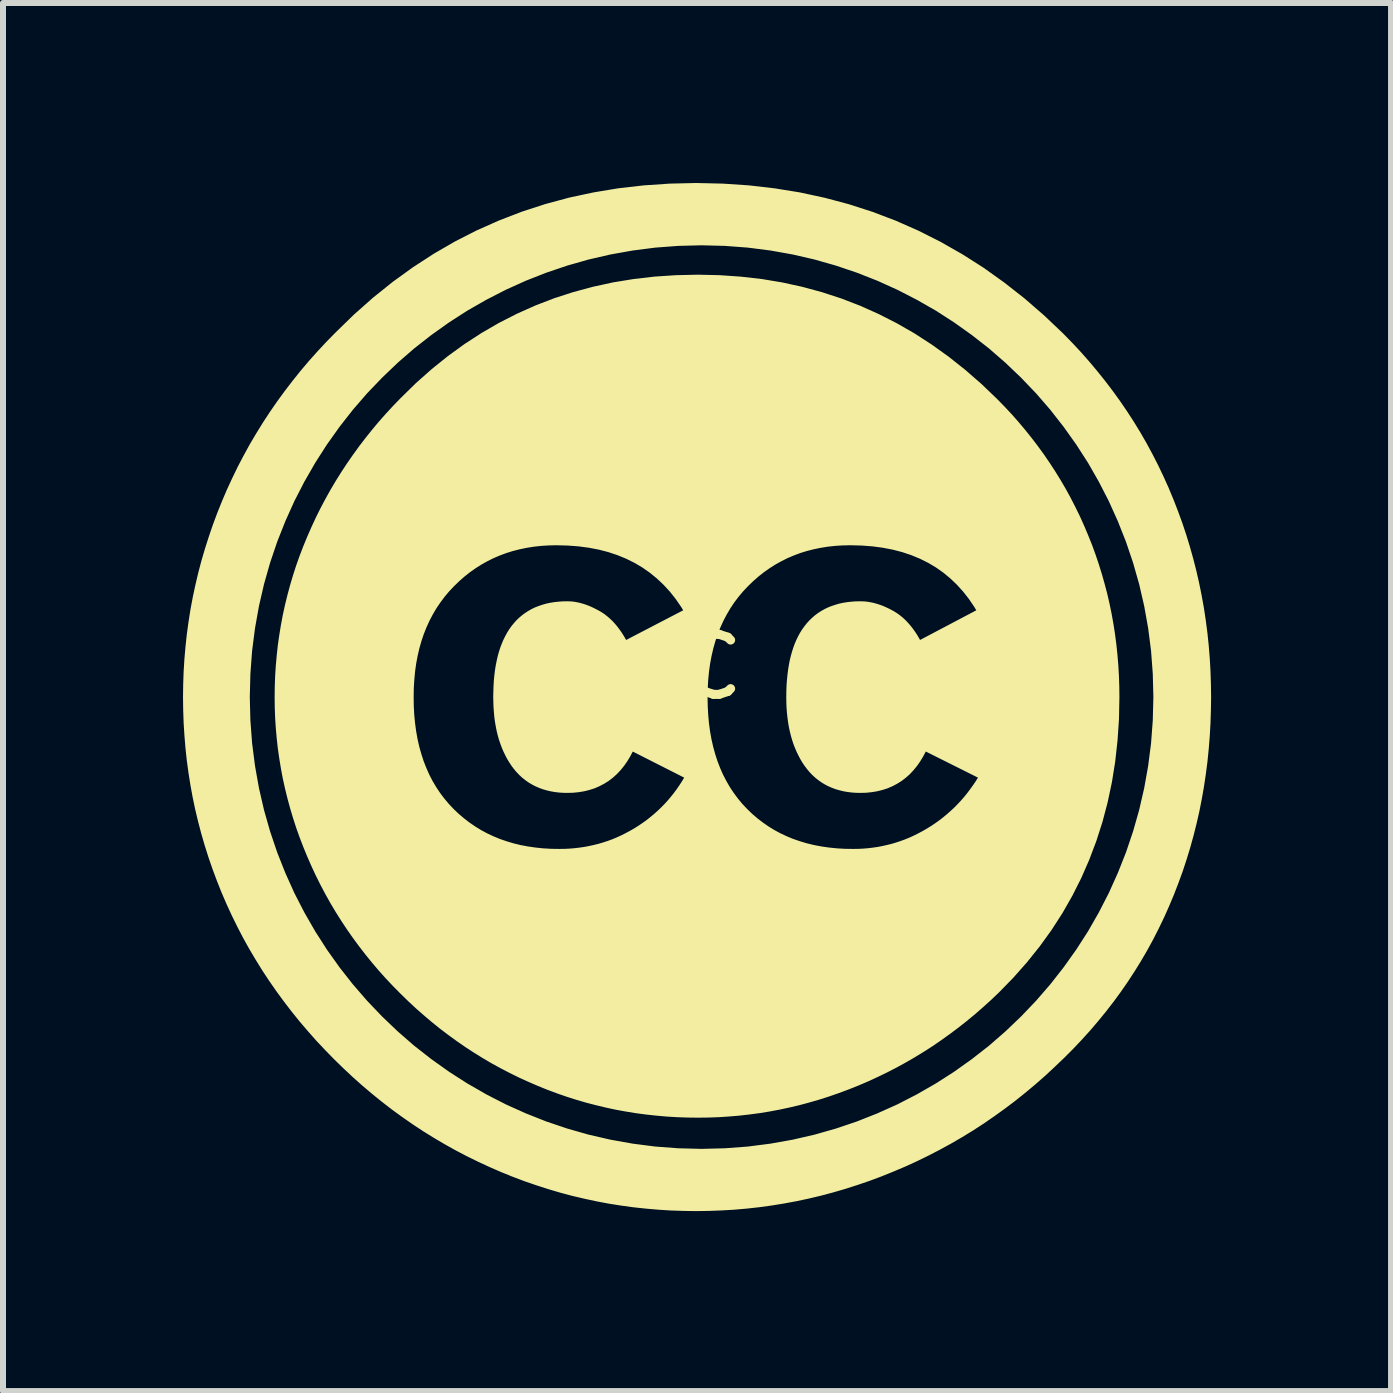
<source format=kicad_pcb>
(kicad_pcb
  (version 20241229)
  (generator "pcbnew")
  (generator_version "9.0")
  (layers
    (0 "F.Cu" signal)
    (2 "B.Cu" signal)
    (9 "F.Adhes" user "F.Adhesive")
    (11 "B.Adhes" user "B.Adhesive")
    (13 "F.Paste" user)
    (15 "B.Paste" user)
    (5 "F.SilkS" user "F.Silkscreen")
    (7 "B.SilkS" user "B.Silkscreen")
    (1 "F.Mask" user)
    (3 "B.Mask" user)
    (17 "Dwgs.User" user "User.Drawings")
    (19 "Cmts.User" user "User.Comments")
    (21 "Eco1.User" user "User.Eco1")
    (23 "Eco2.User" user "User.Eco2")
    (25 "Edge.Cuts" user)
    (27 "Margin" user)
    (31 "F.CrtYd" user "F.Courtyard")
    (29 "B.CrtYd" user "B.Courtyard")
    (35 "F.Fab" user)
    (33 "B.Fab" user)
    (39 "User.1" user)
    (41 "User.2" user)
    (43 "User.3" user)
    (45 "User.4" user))
  (footprint "CC"
    (layer "F.Cu")
    (at 8.317 8.567)
    (property "Reference" "CC" (at 0 -0.5 0) (unlocked yes) (layer "F.SilkS") (effects (font (size 1 1) (thickness 0.15))))
    (attr smd)
    (fp_poly (pts (xy 0.674 -8.457) (xy 1.106 -8.428) (xy 1.53 -8.379) (xy 1.945 -8.312) (xy 2.352 -8.224) (xy 2.75 -8.118) (xy 3.141 -7.992) (xy 3.523 -7.847) (xy 3.897 -7.682) (xy 4.262 -7.498) (xy 4.62 -7.294) (xy 4.969 -7.072) (xy 5.309 -6.829) (xy 5.642 -6.568) (xy 5.966 -6.287) (xy 6.282 -5.987) (xy 6.429 -5.836) (xy 6.572 -5.683) (xy 6.71 -5.527) (xy 6.843 -5.368) (xy 6.972 -5.207) (xy 7.097 -5.043) (xy 7.217 -4.877) (xy 7.333 -4.707) (xy 7.444 -4.536) (xy 7.551 -4.361) (xy 7.653 -4.184) (xy 7.75 -4.004) (xy 7.844 -3.821) (xy 7.932 -3.636) (xy 8.017 -3.448) (xy 8.096 -3.258) (xy 8.171 -3.065) (xy 8.242 -2.871) (xy 8.307 -2.676) (xy 8.367 -2.479) (xy 8.423 -2.28) (xy 8.474 -2.08) (xy 8.52 -1.879) (xy 8.561 -1.676) (xy 8.598 -1.472) (xy 8.629 -1.266) (xy 8.656 -1.059) (xy 8.678 -0.85) (xy 8.695 -0.64) (xy 8.707 -0.428) (xy 8.714 -0.215) (xy 8.717 0.000133) (xy 8.714 0.217) (xy 8.707 0.431) (xy 8.695 0.644) (xy 8.678 0.856) (xy 8.657 1.065) (xy 8.63 1.273) (xy 8.599 1.48) (xy 8.563 1.684) (xy 8.523 1.887) (xy 8.477 2.088) (xy 8.427 2.287) (xy 8.372 2.485) (xy 8.312 2.681) (xy 8.248 2.875) (xy 8.178 3.067) (xy 8.104 3.258) (xy 8.025 3.446) (xy 7.942 3.632) (xy 7.854 3.815) (xy 7.762 3.995) (xy 7.665 4.173) (xy 7.563 4.348) (xy 7.457 4.519) (xy 7.346 4.689) (xy 7.231 4.855) (xy 7.111 5.019) (xy 6.987 5.179) (xy 6.858 5.337) (xy 6.725 5.493) (xy 6.587 5.645) (xy 6.445 5.795) (xy 6.298 5.942) (xy 6.141 6.092) (xy 5.983 6.239) (xy 5.821 6.381) (xy 5.657 6.518) (xy 5.491 6.651) (xy 5.321 6.779) (xy 5.149 6.903) (xy 4.975 7.023) (xy 4.798 7.138) (xy 4.618 7.248) (xy 4.436 7.354) (xy 4.251 7.455) (xy 4.064 7.552) (xy 3.873 7.645) (xy 3.681 7.733) (xy 3.485 7.816) (xy 3.289 7.895) (xy 3.091 7.969) (xy 2.892 8.037) (xy 2.693 8.101) (xy 2.493 8.159) (xy 2.291 8.213) (xy 2.089 8.261) (xy 1.887 8.304) (xy 1.683 8.342) (xy 1.479 8.375) (xy 1.274 8.403) (xy 1.067 8.426) (xy 0.861 8.444) (xy 0.653 8.456) (xy 0.444 8.464) (xy 0.235 8.467) (xy 0.026 8.464) (xy -0.182 8.457) (xy -0.389 8.444) (xy -0.595 8.426) (xy -0.8 8.404) (xy -1.003 8.376) (xy -1.206 8.344) (xy -1.407 8.306) (xy -1.607 8.263) (xy -1.807 8.216) (xy -2.005 8.163) (xy -2.201 8.105) (xy -2.397 8.042) (xy -2.592 7.975) (xy -2.785 7.902) (xy -2.978 7.824) (xy -3.168 7.741) (xy -3.356 7.654) (xy -3.542 7.563) (xy -3.725 7.467) (xy -3.906 7.366) (xy -4.084 7.261) (xy -4.26 7.152) (xy -4.433 7.038) (xy -4.604 6.919) (xy -4.772 6.797) (xy -4.938 6.669) (xy -5.101 6.537) (xy -5.262 6.401) (xy -5.42 6.26) (xy -5.576 6.114) (xy -5.729 5.965) (xy -5.879 5.811) (xy -6.025 5.656) (xy -6.165 5.497) (xy -6.302 5.337) (xy -6.433 5.174) (xy -6.56 5.008) (xy -6.683 4.84) (xy -6.801 4.67) (xy -6.915 4.497) (xy -7.023 4.322) (xy -7.128 4.145) (xy -7.228 3.965) (xy -7.323 3.782) (xy -7.414 3.597) (xy -7.5 3.41) (xy -7.582 3.22) (xy -7.658 3.029) (xy -7.73 2.836) (xy -7.797 2.642) (xy -7.859 2.446) (xy -7.916 2.25) (xy -7.968 2.052) (xy -8.016 1.852) (xy -8.058 1.652) (xy -8.095 1.45) (xy -8.127 1.247) (xy -8.155 1.042) (xy -8.177 0.836) (xy -8.194 0.629) (xy -8.207 0.421) (xy -8.214 0.211) (xy -8.217 0.000397) (xy -7.304 0.000397) (xy -7.294 0.393) (xy -7.265 0.78) (xy -7.216 1.162) (xy -7.149 1.538) (xy -7.064 1.907) (xy -6.961 2.269) (xy -6.841 2.624) (xy -6.704 2.97) (xy -6.552 3.308) (xy -6.383 3.637) (xy -6.199 3.957) (xy -6.001 4.266) (xy -5.788 4.565) (xy -5.562 4.853) (xy -5.322 5.13) (xy -5.069 5.395) (xy -4.804 5.648) (xy -4.528 5.888) (xy -4.239 6.114) (xy -3.94 6.327) (xy -3.631 6.525) (xy -3.311 6.709) (xy -2.982 6.878) (xy -2.644 7.03) (xy -2.298 7.167) (xy -1.943 7.287) (xy -1.581 7.39) (xy -1.212 7.475) (xy -0.836 7.542) (xy -0.455 7.591) (xy -0.067 7.62) (xy 0.326 7.63) (xy 0.718 7.62) (xy 1.106 7.591) (xy 1.487 7.542) (xy 1.863 7.475) (xy 2.232 7.39) (xy 2.594 7.287) (xy 2.949 7.167) (xy 3.295 7.03) (xy 3.633 6.878) (xy 3.962 6.709) (xy 4.282 6.525) (xy 4.591 6.327) (xy 4.89 6.114) (xy 5.179 5.888) (xy 5.455 5.648) (xy 5.72 5.395) (xy 5.973 5.13) (xy 6.213 4.853) (xy 6.439 4.565) (xy 6.652 4.266) (xy 6.851 3.957) (xy 7.034 3.637) (xy 7.203 3.308) (xy 7.355 2.97) (xy 7.492 2.624) (xy 7.612 2.269) (xy 7.715 1.907) (xy 7.8 1.538) (xy 7.867 1.162) (xy 7.916 0.78) (xy 7.945 0.393) (xy 7.955 0.000397) (xy 7.945 -0.392) (xy 7.916 -0.78) (xy 7.867 -1.162) (xy 7.8 -1.537) (xy 7.715 -1.906) (xy 7.612 -2.268) (xy 7.492 -2.623) (xy 7.355 -2.969) (xy 7.203 -3.307) (xy 7.034 -3.636) (xy 6.851 -3.956) (xy 6.652 -4.265) (xy 6.439 -4.564) (xy 6.213 -4.853) (xy 5.973 -5.13) (xy 5.72 -5.394) (xy 5.455 -5.647) (xy 5.179 -5.887) (xy 4.89 -6.113) (xy 4.591 -6.326) (xy 4.282 -6.525) (xy 3.962 -6.708) (xy 3.633 -6.877) (xy 3.295 -7.03) (xy 2.949 -7.166) (xy 2.594 -7.286) (xy 2.232 -7.389) (xy 1.863 -7.474) (xy 1.487 -7.541) (xy 1.106 -7.59) (xy 0.718 -7.619) (xy 0.326 -7.629) (xy -0.067 -7.619) (xy -0.455 -7.59) (xy -0.836 -7.541) (xy -1.212 -7.474) (xy -1.581 -7.389) (xy -1.943 -7.286) (xy -2.298 -7.166) (xy -2.644 -7.03) (xy -2.982 -6.877) (xy -3.311 -6.708) (xy -3.631 -6.525) (xy -3.94 -6.326) (xy -4.239 -6.113) (xy -4.528 -5.887) (xy -4.804 -5.647) (xy -5.069 -5.394) (xy -5.322 -5.13) (xy -5.562 -4.853) (xy -5.788 -4.564) (xy -6.001 -4.265) (xy -6.199 -3.956) (xy -6.383 -3.636) (xy -6.552 -3.307) (xy -6.704 -2.969) (xy -6.841 -2.623) (xy -6.961 -2.268) (xy -7.064 -1.906) (xy -7.149 -1.537) (xy -7.216 -1.162) (xy -7.265 -0.78) (xy -7.294 -0.392) (xy -7.304 0.000397) (xy -8.217 0.000397) (xy -8.217 0.000133) (xy -8.214 -0.209) (xy -8.207 -0.417) (xy -8.194 -0.625) (xy -8.176 -0.831) (xy -8.154 -1.036) (xy -8.126 -1.24) (xy -8.094 -1.444) (xy -8.056 -1.646) (xy -8.013 -1.847) (xy -7.966 -2.047) (xy -7.913 -2.247) (xy -7.855 -2.445) (xy -7.792 -2.642) (xy -7.725 -2.838) (xy -7.652 -3.034) (xy -7.574 -3.228) (xy -7.492 -3.42) (xy -7.404 -3.61) (xy -7.313 -3.798) (xy -7.216 -3.982) (xy -7.116 -4.165) (xy -7.01 -4.344) (xy -6.9 -4.522) (xy -6.786 -4.696) (xy -6.667 -4.868) (xy -6.543 -5.038) (xy -6.415 -5.205) (xy -6.283 -5.37) (xy -6.146 -5.532) (xy -6.004 -5.691) (xy -5.858 -5.848) (xy -5.707 -6.002) (xy -5.4 -6.301) (xy -5.085 -6.58) (xy -4.761 -6.84) (xy -4.429 -7.08) (xy -4.087 -7.302) (xy -3.738 -7.504) (xy -3.379 -7.687) (xy -3.012 -7.85) (xy -2.636 -7.995) (xy -2.252 -8.12) (xy -1.859 -8.226) (xy -1.458 -8.312) (xy -1.048 -8.38) (xy -0.629 -8.428) (xy -0.201 -8.457) (xy 0.235 -8.467)) (stroke (width 0.2) (type solid)) (fill yes) (layer "F.SilkS"))
    (fp_poly (pts (xy 0.621 -6.931) (xy 0.97 -6.907) (xy 1.313 -6.868) (xy 1.649 -6.812) (xy 1.979 -6.74) (xy 2.303 -6.652) (xy 2.619 -6.549) (xy 2.93 -6.429) (xy 3.234 -6.293) (xy 3.531 -6.142) (xy 3.822 -5.975) (xy 4.106 -5.791) (xy 4.384 -5.592) (xy 4.656 -5.376) (xy 4.921 -5.145) (xy 5.179 -4.898) (xy 5.3 -4.774) (xy 5.418 -4.648) (xy 5.531 -4.52) (xy 5.641 -4.389) (xy 5.747 -4.257) (xy 5.85 -4.122) (xy 5.949 -3.986) (xy 6.044 -3.847) (xy 6.136 -3.706) (xy 6.224 -3.563) (xy 6.309 -3.418) (xy 6.389 -3.271) (xy 6.466 -3.121) (xy 6.54 -2.97) (xy 6.609 -2.816) (xy 6.675 -2.66) (xy 6.738 -2.503) (xy 6.796 -2.344) (xy 6.85 -2.184) (xy 6.9 -2.023) (xy 6.946 -1.861) (xy 6.989 -1.698) (xy 7.027 -1.533) (xy 7.061 -1.368) (xy 7.091 -1.201) (xy 7.117 -1.033) (xy 7.139 -0.863) (xy 7.157 -0.693) (xy 7.171 -0.521) (xy 7.181 -0.349) (xy 7.187 -0.175) (xy 7.189 0.001) (xy 7.182 0.362) (xy 7.158 0.715) (xy 7.12 1.061) (xy 7.066 1.398) (xy 6.996 1.729) (xy 6.911 2.051) (xy 6.81 2.366) (xy 6.694 2.673) (xy 6.563 2.973) (xy 6.416 3.265) (xy 6.254 3.549) (xy 6.076 3.825) (xy 5.882 4.094) (xy 5.673 4.355) (xy 5.449 4.608) (xy 5.209 4.854) (xy 5.08 4.977) (xy 4.948 5.096) (xy 4.815 5.212) (xy 4.679 5.324) (xy 4.542 5.432) (xy 4.403 5.536) (xy 4.262 5.637) (xy 4.119 5.735) (xy 3.974 5.828) (xy 3.827 5.918) (xy 3.678 6.004) (xy 3.527 6.087) (xy 3.374 6.166) (xy 3.219 6.241) (xy 3.063 6.313) (xy 2.904 6.381) (xy 2.744 6.445) (xy 2.583 6.505) (xy 2.421 6.561) (xy 2.259 6.613) (xy 2.097 6.66) (xy 1.933 6.704) (xy 1.769 6.743) (xy 1.605 6.778) (xy 1.44 6.809) (xy 1.274 6.836) (xy 1.107 6.858) (xy 0.94 6.877) (xy 0.772 6.891) (xy 0.604 6.902) (xy 0.435 6.908) (xy 0.265 6.91) (xy 0.094 6.908) (xy -0.077 6.902) (xy -0.247 6.892) (xy -0.415 6.877) (xy -0.583 6.859) (xy -0.75 6.837) (xy -0.916 6.81) (xy -1.081 6.78) (xy -1.244 6.745) (xy -1.407 6.706) (xy -1.57 6.664) (xy -1.731 6.617) (xy -1.891 6.566) (xy -2.05 6.511) (xy -2.208 6.452) (xy -2.366 6.388) (xy -2.521 6.321) (xy -2.675 6.251) (xy -2.827 6.176) (xy -2.977 6.098) (xy -3.125 6.017) (xy -3.271 5.931) (xy -3.415 5.842) (xy -3.556 5.75) (xy -3.696 5.653) (xy -3.834 5.553) (xy -3.97 5.45) (xy -4.104 5.342) (xy -4.235 5.231) (xy -4.365 5.117) (xy -4.493 4.998) (xy -4.618 4.876) (xy -4.741 4.752) (xy -4.861 4.625) (xy -4.977 4.496) (xy -5.089 4.364) (xy -5.197 4.231) (xy -5.302 4.095) (xy -5.403 3.958) (xy -5.501 3.818) (xy -5.595 3.676) (xy -5.686 3.532) (xy -5.773 3.386) (xy -5.856 3.238) (xy -5.936 3.087) (xy -6.012 2.935) (xy -6.084 2.78) (xy -6.153 2.623) (xy -6.218 2.465) (xy -6.279 2.306) (xy -6.336 2.147) (xy -6.388 1.986) (xy -6.436 1.825) (xy -6.48 1.663) (xy -6.52 1.5) (xy -6.556 1.337) (xy -6.587 1.172) (xy -6.614 1.007) (xy -6.638 0.841) (xy -6.656 0.675) (xy -6.671 0.507) (xy -6.682 0.339) (xy -6.688 0.17) (xy -6.69 0.001) (xy -4.573 0.001) (xy -4.571 0.154) (xy -4.563 0.302) (xy -4.549 0.447) (xy -4.53 0.587) (xy -4.506 0.722) (xy -4.476 0.854) (xy -4.44 0.981) (xy -4.4 1.104) (xy -4.353 1.223) (xy -4.302 1.338) (xy -4.245 1.448) (xy -4.182 1.554) (xy -4.114 1.656) (xy -4.041 1.753) (xy -3.962 1.847) (xy -3.878 1.936) (xy -3.79 2.02) (xy -3.697 2.099) (xy -3.602 2.172) (xy -3.503 2.24) (xy -3.401 2.303) (xy -3.295 2.36) (xy -3.186 2.411) (xy -3.073 2.458) (xy -2.957 2.498) (xy -2.837 2.534) (xy -2.715 2.564) (xy -2.588 2.588) (xy -2.458 2.607) (xy -2.325 2.621) (xy -2.189 2.629) (xy -2.049 2.631) (xy -1.96 2.63) (xy -1.873 2.626) (xy -1.786 2.619) (xy -1.701 2.609) (xy -1.616 2.597) (xy -1.532 2.581) (xy -1.45 2.563) (xy -1.368 2.543) (xy -1.287 2.519) (xy -1.207 2.493) (xy -1.128 2.464) (xy -1.051 2.432) (xy -0.974 2.397) (xy -0.898 2.359) (xy -0.823 2.319) (xy -0.748 2.276) (xy -0.676 2.231) (xy -0.605 2.183) (xy -0.536 2.134) (xy -0.47 2.082) (xy -0.405 2.028) (xy -0.342 1.972) (xy -0.282 1.915) (xy -0.223 1.855) (xy -0.166 1.793) (xy -0.112 1.729) (xy -0.059 1.663) (xy -0.008 1.594) (xy 0.04 1.524) (xy 0.087 1.452) (xy 0.131 1.377) (xy 0.174 1.301) (xy -0.869 0.772) (xy -0.909 0.86) (xy -0.952 0.942) (xy -0.998 1.018) (xy -1.048 1.089) (xy -1.101 1.154) (xy -1.158 1.214) (xy -1.218 1.268) (xy -1.281 1.316) (xy -1.348 1.358) (xy -1.419 1.395) (xy -1.492 1.427) (xy -1.57 1.452) (xy -1.65 1.472) (xy -1.734 1.486) (xy -1.822 1.495) (xy -1.913 1.497) (xy -1.981 1.496) (xy -2.048 1.491) (xy -2.113 1.483) (xy -2.175 1.472) (xy -2.236 1.457) (xy -2.294 1.44) (xy -2.35 1.419) (xy -2.404 1.395) (xy -2.43 1.382) (xy -2.456 1.368) (xy -2.481 1.353) (xy -2.506 1.338) (xy -2.53 1.321) (xy -2.553 1.304) (xy -2.576 1.286) (xy -2.599 1.268) (xy -2.642 1.228) (xy -2.683 1.185) (xy -2.723 1.138) (xy -2.76 1.089) (xy -2.794 1.037) (xy -2.827 0.983) (xy -2.857 0.926) (xy -2.885 0.868) (xy -2.911 0.807) (xy -2.934 0.745) (xy -2.956 0.68) (xy -2.975 0.613) (xy -2.992 0.544) (xy -3.006 0.472) (xy -3.019 0.399) (xy -3.029 0.324) (xy -3.036 0.246) (xy -3.042 0.166) (xy -3.045 0.085) (xy -3.047 0.001) (xy 0.325 0.001) (xy 0.328 0.154) (xy 0.336 0.302) (xy 0.349 0.447) (xy 0.368 0.587) (xy 0.392 0.722) (xy 0.422 0.854) (xy 0.457 0.981) (xy 0.497 1.104) (xy 0.543 1.223) (xy 0.594 1.338) (xy 0.651 1.448) (xy 0.712 1.554) (xy 0.78 1.656) (xy 0.852 1.753) (xy 0.93 1.847) (xy 1.014 1.936) (xy 1.101 2.02) (xy 1.193 2.099) (xy 1.288 2.172) (xy 1.386 2.24) (xy 1.488 2.303) (xy 1.594 2.36) (xy 1.703 2.411) (xy 1.816 2.458) (xy 1.933 2.498) (xy 2.053 2.534) (xy 2.177 2.564) (xy 2.304 2.588) (xy 2.435 2.607) (xy 2.57 2.621) (xy 2.708 2.629) (xy 2.85 2.631) (xy 2.937 2.63) (xy 3.022 2.626) (xy 3.107 2.619) (xy 3.191 2.609) (xy 3.274 2.597) (xy 3.357 2.581) (xy 3.438 2.563) (xy 3.519 2.543) (xy 3.599 2.519) (xy 3.678 2.493) (xy 3.756 2.464) (xy 3.834 2.432) (xy 3.91 2.397) (xy 3.986 2.359) (xy 4.061 2.319) (xy 4.135 2.276) (xy 4.208 2.231) (xy 4.279 2.183) (xy 4.348 2.134) (xy 4.415 2.082) (xy 4.48 2.028) (xy 4.543 1.972) (xy 4.605 1.915) (xy 4.664 1.855) (xy 4.722 1.793) (xy 4.778 1.729) (xy 4.831 1.663) (xy 4.883 1.594) (xy 4.933 1.524) (xy 4.982 1.452) (xy 5.028 1.377) (xy 5.072 1.301) (xy 4.014 0.772) (xy 3.974 0.86) (xy 3.931 0.942) (xy 3.885 1.018) (xy 3.835 1.089) (xy 3.782 1.154) (xy 3.726 1.214) (xy 3.665 1.268) (xy 3.602 1.316) (xy 3.535 1.358) (xy 3.465 1.395) (xy 3.391 1.427) (xy 3.314 1.452) (xy 3.233 1.472) (xy 3.149 1.486) (xy 3.062 1.495) (xy 2.971 1.497) (xy 2.902 1.496) (xy 2.835 1.491) (xy 2.771 1.483) (xy 2.708 1.472) (xy 2.648 1.457) (xy 2.589 1.44) (xy 2.533 1.419) (xy 2.479 1.395) (xy 2.453 1.382) (xy 2.427 1.368) (xy 2.402 1.353) (xy 2.378 1.338) (xy 2.354 1.321) (xy 2.33 1.304) (xy 2.307 1.286) (xy 2.285 1.268) (xy 2.263 1.248) (xy 2.241 1.228) (xy 2.2 1.185) (xy 2.161 1.138) (xy 2.124 1.089) (xy 2.089 1.037) (xy 2.057 0.983) (xy 2.027 0.926) (xy 1.999 0.868) (xy 1.973 0.807) (xy 1.949 0.745) (xy 1.928 0.68) (xy 1.909 0.613) (xy 1.892 0.544) (xy 1.877 0.472) (xy 1.865 0.399) (xy 1.855 0.324) (xy 1.847 0.246) (xy 1.841 0.166) (xy 1.838 0.085) (xy 1.837 0.001) (xy 1.838 -0.091) (xy 1.841 -0.181) (xy 1.847 -0.267) (xy 1.855 -0.35) (xy 1.865 -0.431) (xy 1.877 -0.508) (xy 1.891 -0.583) (xy 1.908 -0.654) (xy 1.927 -0.723) (xy 1.948 -0.789) (xy 1.971 -0.852) (xy 1.996 -0.911) (xy 2.024 -0.968) (xy 2.054 -1.023) (xy 2.086 -1.074) (xy 2.121 -1.122) (xy 2.157 -1.167) (xy 2.196 -1.21) (xy 2.237 -1.249) (xy 2.28 -1.286) (xy 2.325 -1.319) (xy 2.373 -1.35) (xy 2.423 -1.378) (xy 2.475 -1.403) (xy 2.529 -1.424) (xy 2.586 -1.443) (xy 2.644 -1.46) (xy 2.705 -1.473) (xy 2.768 -1.483) (xy 2.834 -1.49) (xy 2.901 -1.495) (xy 2.971 -1.496) (xy 3.001 -1.495) (xy 3.032 -1.494) (xy 3.062 -1.491) (xy 3.093 -1.487) (xy 3.124 -1.481) (xy 3.155 -1.475) (xy 3.187 -1.467) (xy 3.218 -1.458) (xy 3.25 -1.448) (xy 3.282 -1.437) (xy 3.314 -1.425) (xy 3.346 -1.411) (xy 3.379 -1.396) (xy 3.412 -1.38) (xy 3.444 -1.363) (xy 3.478 -1.345) (xy 3.51 -1.325) (xy 3.542 -1.304) (xy 3.574 -1.28) (xy 3.605 -1.255) (xy 3.635 -1.228) (xy 3.664 -1.2) (xy 3.693 -1.169) (xy 3.721 -1.137) (xy 3.749 -1.103) (xy 3.776 -1.067) (xy 3.802 -1.03) (xy 3.828 -0.991) (xy 3.853 -0.949) (xy 3.877 -0.907) (xy 3.901 -0.862) (xy 3.924 -0.816) (xy 5.043 -1.406) (xy 4.956 -1.554) (xy 4.862 -1.693) (xy 4.761 -1.822) (xy 4.653 -1.941) (xy 4.538 -2.051) (xy 4.416 -2.152) (xy 4.287 -2.243) (xy 4.151 -2.324) (xy 4.007 -2.396) (xy 3.857 -2.458) (xy 3.699 -2.511) (xy 3.534 -2.554) (xy 3.362 -2.587) (xy 3.184 -2.611) (xy 2.998 -2.625) (xy 2.805 -2.63) (xy 2.672 -2.627) (xy 2.542 -2.619) (xy 2.415 -2.605) (xy 2.291 -2.585) (xy 2.17 -2.56) (xy 2.052 -2.53) (xy 1.936 -2.494) (xy 1.824 -2.452) (xy 1.714 -2.405) (xy 1.608 -2.352) (xy 1.504 -2.294) (xy 1.403 -2.23) (xy 1.305 -2.161) (xy 1.21 -2.086) (xy 1.118 -2.005) (xy 1.029 -1.919) (xy 0.943 -1.828) (xy 0.864 -1.734) (xy 0.789 -1.635) (xy 0.721 -1.533) (xy 0.658 -1.426) (xy 0.6 -1.316) (xy 0.548 -1.202) (xy 0.501 -1.084) (xy 0.46 -0.962) (xy 0.424 -0.836) (xy 0.394 -0.706) (xy 0.369 -0.573) (xy 0.35 -0.435) (xy 0.336 -0.294) (xy 0.328 -0.148) (xy 0.325 0.001) (xy -3.047 0.001) (xy -3.047 0.001) (xy -3.045 -0.091) (xy -3.042 -0.181) (xy -3.037 -0.267) (xy -3.029 -0.35) (xy -3.019 -0.431) (xy -3.007 -0.508) (xy -2.992 -0.583) (xy -2.976 -0.654) (xy -2.957 -0.723) (xy -2.936 -0.789) (xy -2.912 -0.852) (xy -2.887 -0.911) (xy -2.859 -0.968) (xy -2.829 -1.023) (xy -2.797 -1.074) (xy -2.763 -1.122) (xy -2.726 -1.167) (xy -2.688 -1.21) (xy -2.647 -1.249) (xy -2.603 -1.286) (xy -2.558 -1.319) (xy -2.51 -1.35) (xy -2.461 -1.378) (xy -2.409 -1.403) (xy -2.354 -1.424) (xy -2.298 -1.443) (xy -2.239 -1.46) (xy -2.178 -1.473) (xy -2.115 -1.483) (xy -2.05 -1.49) (xy -1.982 -1.495) (xy -1.913 -1.496) (xy -1.884 -1.495) (xy -1.855 -1.494) (xy -1.826 -1.491) (xy -1.797 -1.487) (xy -1.767 -1.481) (xy -1.737 -1.475) (xy -1.707 -1.467) (xy -1.676 -1.458) (xy -1.645 -1.448) (xy -1.614 -1.437) (xy -1.583 -1.425) (xy -1.551 -1.411) (xy -1.519 -1.396) (xy -1.487 -1.38) (xy -1.454 -1.363) (xy -1.421 -1.345) (xy -1.388 -1.325) (xy -1.356 -1.304) (xy -1.325 -1.28) (xy -1.294 -1.255) (xy -1.264 -1.228) (xy -1.234 -1.2) (xy -1.206 -1.169) (xy -1.177 -1.137) (xy -1.15 -1.103) (xy -1.123 -1.067) (xy -1.097 -1.03) (xy -1.071 -0.991) (xy -1.046 -0.949) (xy -1.022 -0.907) (xy -0.998 -0.862) (xy -0.975 -0.816) (xy 0.159 -1.406) (xy 0.071 -1.554) (xy -0.025 -1.693) (xy -0.127 -1.822) (xy -0.237 -1.941) (xy -0.353 -2.051) (xy -0.477 -2.152) (xy -0.607 -2.243) (xy -0.744 -2.324) (xy -0.889 -2.396) (xy -1.04 -2.458) (xy -1.198 -2.511) (xy -1.363 -2.554) (xy -1.535 -2.587) (xy -1.715 -2.611) (xy -1.901 -2.625) (xy -2.094 -2.63) (xy -2.227 -2.627) (xy -2.356 -2.619) (xy -2.483 -2.605) (xy -2.608 -2.585) (xy -2.729 -2.56) (xy -2.847 -2.53) (xy -2.962 -2.494) (xy -3.075 -2.452) (xy -3.185 -2.405) (xy -3.291 -2.352) (xy -3.395 -2.294) (xy -3.496 -2.23) (xy -3.594 -2.161) (xy -3.689 -2.086) (xy -3.781 -2.005) (xy -3.87 -1.919) (xy -3.956 -1.828) (xy -4.035 -1.734) (xy -4.109 -1.635) (xy -4.178 -1.533) (xy -4.241 -1.426) (xy -4.299 -1.316) (xy -4.351 -1.202) (xy -4.398 -1.084) (xy -4.439 -0.962) (xy -4.475 -0.836) (xy -4.505 -0.706) (xy -4.53 -0.573) (xy -4.549 -0.435) (xy -4.562 -0.294) (xy -4.571 -0.148) (xy -4.573 0.001) (xy -6.69 0.001) (xy -6.69 0.000397) (xy -6.688 -0.171) (xy -6.682 -0.342) (xy -6.671 -0.512) (xy -6.656 -0.68) (xy -6.638 -0.848) (xy -6.614 -1.016) (xy -6.587 -1.182) (xy -6.556 -1.347) (xy -6.52 -1.512) (xy -6.48 -1.675) (xy -6.436 -1.838) (xy -6.388 -2) (xy -6.336 -2.161) (xy -6.279 -2.321) (xy -6.218 -2.48) (xy -6.153 -2.638) (xy -6.084 -2.795) (xy -6.012 -2.95) (xy -5.936 -3.103) (xy -5.856 -3.254) (xy -5.773 -3.403) (xy -5.686 -3.55) (xy -5.595 -3.695) (xy -5.501 -3.838) (xy -5.403 -3.979) (xy -5.302 -4.119) (xy -5.197 -4.256) (xy -5.089 -4.391) (xy -4.977 -4.525) (xy -4.861 -4.656) (xy -4.741 -4.786) (xy -4.618 -4.913) (xy -4.367 -5.159) (xy -4.109 -5.388) (xy -3.843 -5.602) (xy -3.57 -5.8) (xy -3.29 -5.982) (xy -3.003 -6.148) (xy -2.709 -6.298) (xy -2.407 -6.433) (xy -2.098 -6.552) (xy -1.782 -6.654) (xy -1.459 -6.741) (xy -1.129 -6.813) (xy -0.791 -6.868) (xy -0.446 -6.908) (xy -0.094 -6.931) (xy 0.265 -6.939)) (stroke (width 0.2) (type solid)) (fill yes) (layer "F.SilkS")))
  (gr_rect
    (start -3 -3)
    (end 20.133 20.133)
    (stroke (width 0.1) (type default))
    (fill no)
    (layer "Edge.Cuts")))
</source>
